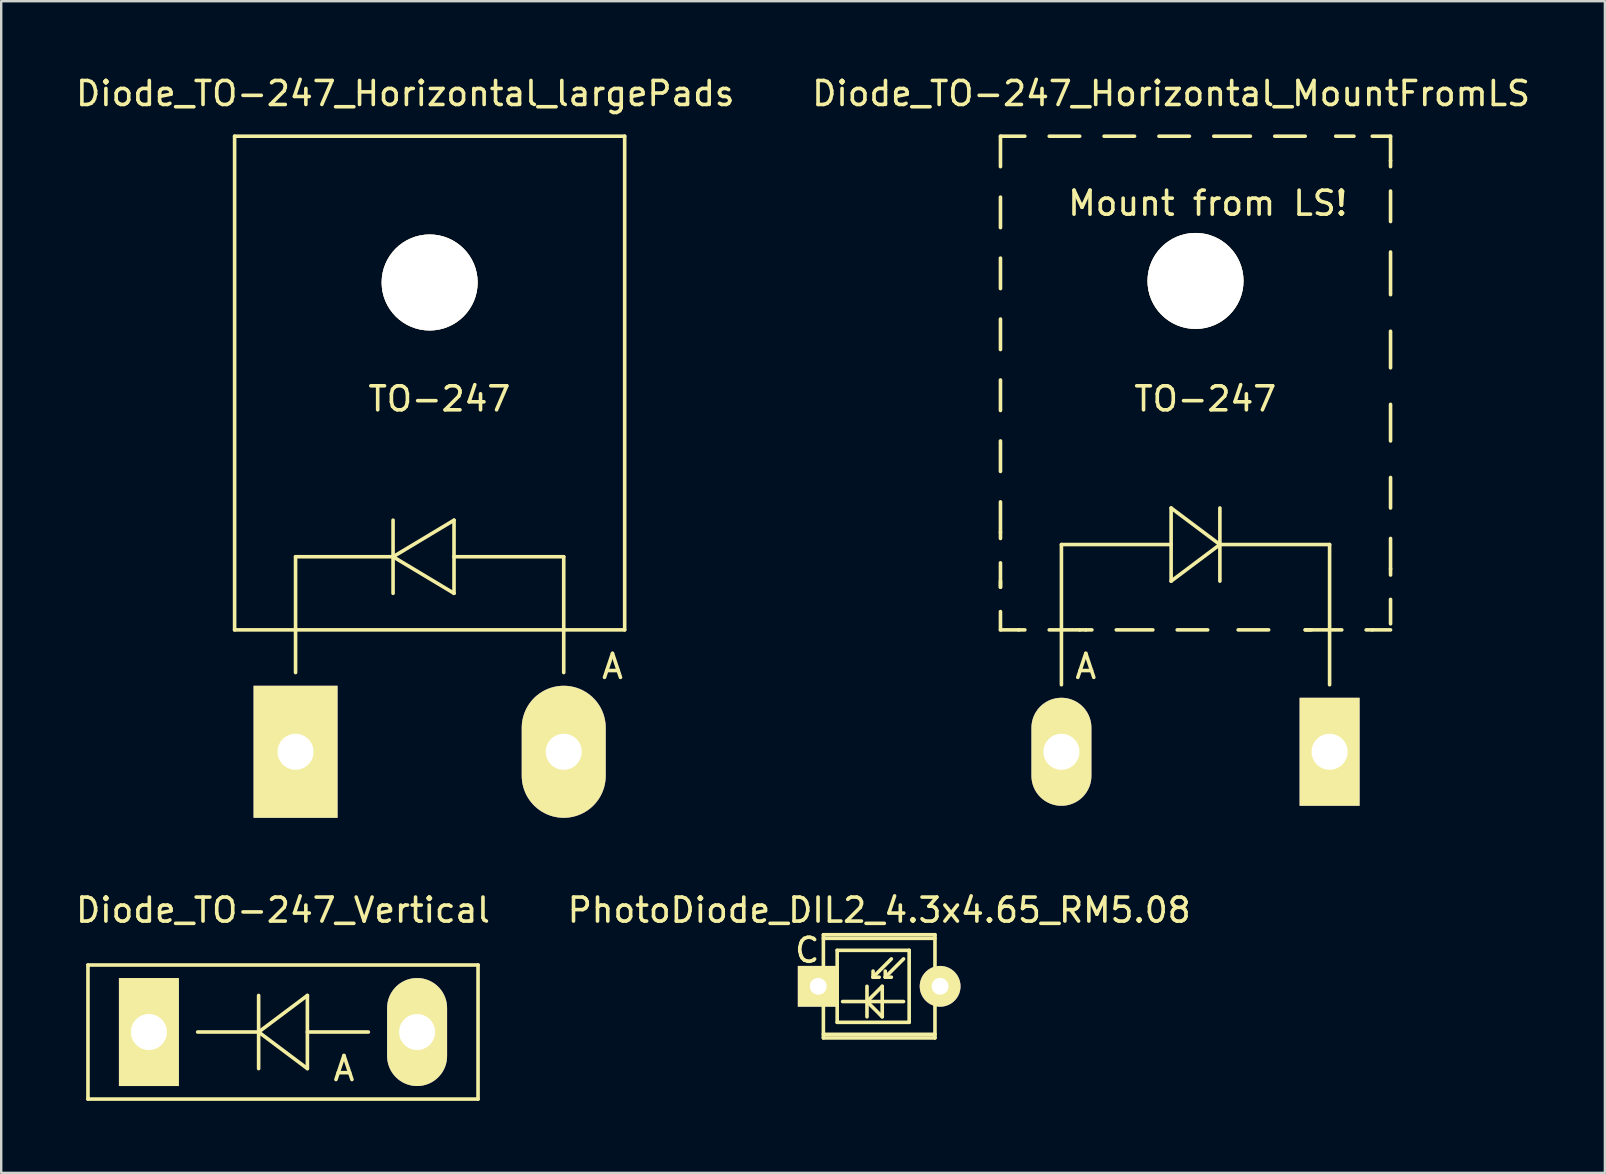
<source format=kicad_pcb>
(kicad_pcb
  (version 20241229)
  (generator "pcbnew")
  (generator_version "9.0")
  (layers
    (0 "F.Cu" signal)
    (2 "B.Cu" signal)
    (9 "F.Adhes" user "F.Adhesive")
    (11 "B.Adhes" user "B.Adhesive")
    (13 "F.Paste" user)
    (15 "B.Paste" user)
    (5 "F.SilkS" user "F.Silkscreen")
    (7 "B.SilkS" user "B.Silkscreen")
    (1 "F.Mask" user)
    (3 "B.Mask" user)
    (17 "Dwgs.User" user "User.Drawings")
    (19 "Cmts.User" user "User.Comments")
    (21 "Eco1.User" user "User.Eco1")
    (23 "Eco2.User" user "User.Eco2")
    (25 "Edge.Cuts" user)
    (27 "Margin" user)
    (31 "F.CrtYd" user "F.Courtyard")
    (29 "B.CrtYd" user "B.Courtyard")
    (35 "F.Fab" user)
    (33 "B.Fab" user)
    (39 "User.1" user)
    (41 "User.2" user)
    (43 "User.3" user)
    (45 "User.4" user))
  (footprint "PhotoDiode_DIL2_4.3x4.65_RM5.08"
    (layer "F.Cu")
    (at 33.589 38.054)
    (property "Reference" "PhotoDiode_DIL2_4.3x4.65_RM5.08" (at 0 -3.175 0) (layer "F.SilkS") (effects (font (size 1 1) (thickness 0.15))))
    (attr through_hole)
    (fp_line (start -2.525 -0.025) (end -2.325 -0.025) (stroke (width 0.15) (type solid)) (layer "F.SilkS"))
    (fp_line (start -2.325 -2.15) (end 2.325 -2.15) (stroke (width 0.15) (type solid)) (layer "F.SilkS"))
    (fp_line (start -2.325 -2) (end 2.325 -2) (stroke (width 0.15) (type solid)) (layer "F.SilkS"))
    (fp_line (start -2.325 2) (end 2.325 2) (stroke (width 0.15) (type solid)) (layer "F.SilkS"))
    (fp_line (start -2.325 2.15) (end -2.325 -2.15) (stroke (width 0.15) (type solid)) (layer "F.SilkS"))
    (fp_line (start -1.75 -1.5) (end -1.75 1.5) (stroke (width 0.15) (type solid)) (layer "F.SilkS"))
    (fp_line (start -1.75 1.5) (end 1.25 1.5) (stroke (width 0.15) (type solid)) (layer "F.SilkS"))
    (fp_line (start -1.524 0.635) (end 1.016 0.635) (stroke (width 0.15) (type solid)) (layer "F.SilkS"))
    (fp_line (start -0.508 0) (end -0.508 1.27) (stroke (width 0.15) (type solid)) (layer "F.SilkS"))
    (fp_line (start -0.508 0.635) (end 0.127 0) (stroke (width 0.15) (type solid)) (layer "F.SilkS"))
    (fp_line (start -0.254 -0.381) (end -0.254 -0.635) (stroke (width 0.15) (type solid)) (layer "F.SilkS"))
    (fp_line (start -0.254 -0.381) (end 0 -0.381) (stroke (width 0.15) (type solid)) (layer "F.SilkS"))
    (fp_line (start 0.127 0) (end 0.127 1.27) (stroke (width 0.15) (type solid)) (layer "F.SilkS"))
    (fp_line (start 0.127 1.27) (end -0.508 0.635) (stroke (width 0.15) (type solid)) (layer "F.SilkS"))
    (fp_line (start 0.254 -0.381) (end 0.254 -0.635) (stroke (width 0.15) (type solid)) (layer "F.SilkS"))
    (fp_line (start 0.254 -0.381) (end 0.508 -0.381) (stroke (width 0.15) (type solid)) (layer "F.SilkS"))
    (fp_line (start 0.508 -1.143) (end -0.254 -0.381) (stroke (width 0.15) (type solid)) (layer "F.SilkS"))
    (fp_line (start 1.016 -1.143) (end 0.254 -0.381) (stroke (width 0.15) (type solid)) (layer "F.SilkS"))
    (fp_line (start 1.25 -1.5) (end -1.75 -1.5) (stroke (width 0.15) (type solid)) (layer "F.SilkS"))
    (fp_line (start 1.25 1.5) (end 1.25 -1.5) (stroke (width 0.15) (type solid)) (layer "F.SilkS"))
    (fp_line (start 2.325 -2.15) (end 2.325 2.15) (stroke (width 0.15) (type solid)) (layer "F.SilkS"))
    (fp_line (start 2.325 0) (end 2.55 0) (stroke (width 0.15) (type solid)) (layer "F.SilkS"))
    (fp_line (start 2.325 2.15) (end -2.325 2.15) (stroke (width 0.15) (type solid)) (layer "F.SilkS"))
    (fp_text user "C" (at -3 -1.5 0) (layer "F.SilkS") (effects (font (size 1 1) (thickness 0.15))))
    (pad "1" thru_hole rect (at -2.54 0 180) (size 1.699 1.699) (drill 0.701) (layers "*.Cu" "*.Mask" "F.SilkS"))
    (pad "2" thru_hole circle (at 2.54 0 180) (size 1.699 1.699) (drill 0.701) (layers "*.Cu" "*.Mask" "F.SilkS")))
  (footprint "Diode_TO-247_Horizontal_MountFromLS"
    (layer "F.Cu")
    (at 46.772 28.28)
    (property "Reference" "Diode_TO-247_Horizontal_MountFromLS" (at -1.016 -27.432 0) (layer "F.SilkS") (effects (font (size 1 1) (thickness 0.15))))
    (attr through_hole)
    (fp_line (start -8.128 -25.654) (end -8.128 -24.384) (stroke (width 0.15) (type solid)) (layer "F.SilkS"))
    (fp_line (start -8.128 -25.654) (end -7.112 -25.654) (stroke (width 0.15) (type solid)) (layer "F.SilkS"))
    (fp_line (start -8.128 -23.114) (end -8.128 -21.844) (stroke (width 0.15) (type solid)) (layer "F.SilkS"))
    (fp_line (start -8.128 -20.574) (end -8.128 -19.304) (stroke (width 0.15) (type solid)) (layer "F.SilkS"))
    (fp_line (start -8.128 -18.034) (end -8.128 -16.764) (stroke (width 0.15) (type solid)) (layer "F.SilkS"))
    (fp_line (start -8.128 -15.494) (end -8.128 -14.224) (stroke (width 0.15) (type solid)) (layer "F.SilkS"))
    (fp_line (start -8.128 -12.954) (end -8.128 -11.684) (stroke (width 0.15) (type solid)) (layer "F.SilkS"))
    (fp_line (start -8.128 -10.414) (end -8.128 -9.144) (stroke (width 0.15) (type solid)) (layer "F.SilkS"))
    (fp_line (start -8.128 -9.144) (end -8.128 -8.89) (stroke (width 0.15) (type solid)) (layer "F.SilkS"))
    (fp_line (start -8.128 -7.874) (end -8.128 -6.858) (stroke (width 0.15) (type solid)) (layer "F.SilkS"))
    (fp_line (start -8.128 -6.858) (end -8.128 -7.112) (stroke (width 0.15) (type solid)) (layer "F.SilkS"))
    (fp_line (start -8.128 -5.842) (end -8.128 -5.08) (stroke (width 0.15) (type solid)) (layer "F.SilkS"))
    (fp_line (start -8.128 -5.08) (end -7.366 -5.08) (stroke (width 0.15) (type solid)) (layer "F.SilkS"))
    (fp_line (start -7.366 -5.08) (end -7.112 -5.08) (stroke (width 0.15) (type solid)) (layer "F.SilkS"))
    (fp_line (start -6.096 -25.654) (end -4.826 -25.654) (stroke (width 0.15) (type solid)) (layer "F.SilkS"))
    (fp_line (start -6.096 -5.08) (end -4.826 -5.08) (stroke (width 0.15) (type solid)) (layer "F.SilkS"))
    (fp_line (start -5.588 -8.636) (end -5.588 -5.08) (stroke (width 0.15) (type solid)) (layer "F.SilkS"))
    (fp_line (start -5.588 -2.794) (end -5.588 -5.08) (stroke (width 0.15) (type solid)) (layer "F.SilkS"))
    (fp_line (start -4.826 -5.08) (end -4.572 -5.08) (stroke (width 0.15) (type solid)) (layer "F.SilkS"))
    (fp_line (start -4.572 -5.08) (end -4.318 -5.08) (stroke (width 0.15) (type solid)) (layer "F.SilkS"))
    (fp_line (start -3.81 -25.654) (end -2.54 -25.654) (stroke (width 0.15) (type solid)) (layer "F.SilkS"))
    (fp_line (start -3.302 -5.08) (end -1.778 -5.08) (stroke (width 0.15) (type solid)) (layer "F.SilkS"))
    (fp_line (start -1.524 -25.654) (end -0.254 -25.654) (stroke (width 0.15) (type solid)) (layer "F.SilkS"))
    (fp_line (start -1.016 -10.16) (end -1.016 -7.112) (stroke (width 0.15) (type solid)) (layer "F.SilkS"))
    (fp_line (start -1.016 -8.636) (end -5.588 -8.636) (stroke (width 0.15) (type solid)) (layer "F.SilkS"))
    (fp_line (start -1.016 -7.112) (end 1.016 -8.636) (stroke (width 0.15) (type solid)) (layer "F.SilkS"))
    (fp_line (start -0.762 -5.08) (end 0.508 -5.08) (stroke (width 0.15) (type solid)) (layer "F.SilkS"))
    (fp_line (start 0.762 -25.654) (end 2.286 -25.654) (stroke (width 0.15) (type solid)) (layer "F.SilkS"))
    (fp_line (start 1.016 -10.16) (end 1.016 -7.112) (stroke (width 0.15) (type solid)) (layer "F.SilkS"))
    (fp_line (start 1.016 -8.636) (end -1.016 -10.16) (stroke (width 0.15) (type solid)) (layer "F.SilkS"))
    (fp_line (start 1.016 -8.636) (end 5.588 -8.636) (stroke (width 0.15) (type solid)) (layer "F.SilkS"))
    (fp_line (start 1.778 -5.08) (end 3.048 -5.08) (stroke (width 0.15) (type solid)) (layer "F.SilkS"))
    (fp_line (start 3.302 -25.654) (end 4.572 -25.654) (stroke (width 0.15) (type solid)) (layer "F.SilkS"))
    (fp_line (start 4.572 -5.08) (end 4.826 -5.08) (stroke (width 0.15) (type solid)) (layer "F.SilkS"))
    (fp_line (start 5.588 -8.636) (end 5.588 -5.08) (stroke (width 0.15) (type solid)) (layer "F.SilkS"))
    (fp_line (start 5.588 -2.794) (end 5.588 -5.08) (stroke (width 0.15) (type solid)) (layer "F.SilkS"))
    (fp_line (start 5.842 -25.654) (end 6.604 -25.654) (stroke (width 0.15) (type solid)) (layer "F.SilkS"))
    (fp_line (start 6.096 -5.08) (end 4.572 -5.08) (stroke (width 0.15) (type solid)) (layer "F.SilkS"))
    (fp_line (start 7.366 -25.654) (end 8.128 -25.654) (stroke (width 0.15) (type solid)) (layer "F.SilkS"))
    (fp_line (start 7.366 -5.08) (end 7.112 -5.08) (stroke (width 0.15) (type solid)) (layer "F.SilkS"))
    (fp_line (start 8.128 -25.654) (end 8.128 -24.638) (stroke (width 0.15) (type solid)) (layer "F.SilkS"))
    (fp_line (start 8.128 -24.638) (end 8.128 -24.384) (stroke (width 0.15) (type solid)) (layer "F.SilkS"))
    (fp_line (start 8.128 -23.368) (end 8.128 -22.098) (stroke (width 0.15) (type solid)) (layer "F.SilkS"))
    (fp_line (start 8.128 -20.828) (end 8.128 -19.05) (stroke (width 0.15) (type solid)) (layer "F.SilkS"))
    (fp_line (start 8.128 -17.526) (end 8.128 -16.002) (stroke (width 0.15) (type solid)) (layer "F.SilkS"))
    (fp_line (start 8.128 -14.478) (end 8.128 -12.954) (stroke (width 0.15) (type solid)) (layer "F.SilkS"))
    (fp_line (start 8.128 -11.43) (end 8.128 -10.16) (stroke (width 0.15) (type solid)) (layer "F.SilkS"))
    (fp_line (start 8.128 -8.89) (end 8.128 -7.62) (stroke (width 0.15) (type solid)) (layer "F.SilkS"))
    (fp_line (start 8.128 -7.62) (end 8.128 -7.366) (stroke (width 0.15) (type solid)) (layer "F.SilkS"))
    (fp_line (start 8.128 -6.35) (end 8.128 -5.334) (stroke (width 0.15) (type solid)) (layer "F.SilkS"))
    (fp_line (start 8.128 -5.08) (end 7.366 -5.08) (stroke (width 0.15) (type solid)) (layer "F.SilkS"))
    (fp_circle (center 0 -19.558) (end 1.778 -19.558) (stroke (width 0.15) (type solid)) (fill no) (layer "F.SilkS"))
    (fp_text user "TO-247" (at 0.406 -14.707 0) (layer "F.SilkS") (effects (font (size 1 1) (thickness 0.15))))
    (fp_text user "A" (at -4.572 -3.556 0) (layer "F.SilkS") (effects (font (size 1 1) (thickness 0.15))))
    (fp_text user "Mount from LS!" (at 0.508 -22.86 0) (layer "F.SilkS") (effects (font (size 1 1) (thickness 0.15))))
    (pad "1" thru_hole oval (at -5.588 0 90) (size 4.501 2.499) (drill 1.501) (layers "*.Cu" "*.Mask" "F.SilkS"))
    (pad "2" thru_hole rect (at 5.588 0 90) (size 4.501 2.499) (drill 1.501) (layers "*.Cu" "*.Mask" "F.SilkS"))
    (pad "9" thru_hole circle (at 0 -19.622) (size 4 4) (drill 4) (layers "B.Cu" "F.SilkS")))
  (footprint "Diode_TO-247_Horizontal_largePads"
    (layer "F.Cu")
    (at 14.855 28.28)
    (property "Reference" "Diode_TO-247_Horizontal_largePads" (at -1.016 -27.432 0) (layer "F.SilkS") (effects (font (size 1 1) (thickness 0.15))))
    (attr through_hole)
    (fp_line (start -8.128 -25.654) (end 8.128 -25.654) (stroke (width 0.15) (type solid)) (layer "F.SilkS"))
    (fp_line (start -8.128 -5.08) (end -8.128 -25.654) (stroke (width 0.15) (type solid)) (layer "F.SilkS"))
    (fp_line (start -5.588 -8.128) (end -5.588 -5.08) (stroke (width 0.15) (type solid)) (layer "F.SilkS"))
    (fp_line (start -5.588 -3.302) (end -5.588 -5.08) (stroke (width 0.15) (type solid)) (layer "F.SilkS"))
    (fp_line (start -1.524 -9.652) (end -1.524 -6.604) (stroke (width 0.15) (type solid)) (layer "F.SilkS"))
    (fp_line (start -1.524 -8.128) (end -5.588 -8.128) (stroke (width 0.15) (type solid)) (layer "F.SilkS"))
    (fp_line (start -1.524 -8.128) (end 1.016 -9.652) (stroke (width 0.15) (type solid)) (layer "F.SilkS"))
    (fp_line (start 1.016 -9.652) (end 1.016 -6.604) (stroke (width 0.15) (type solid)) (layer "F.SilkS"))
    (fp_line (start 1.016 -8.128) (end 5.588 -8.128) (stroke (width 0.15) (type solid)) (layer "F.SilkS"))
    (fp_line (start 1.016 -6.604) (end -1.524 -8.128) (stroke (width 0.15) (type solid)) (layer "F.SilkS"))
    (fp_line (start 5.588 -8.128) (end 5.588 -5.08) (stroke (width 0.15) (type solid)) (layer "F.SilkS"))
    (fp_line (start 5.588 -3.302) (end 5.588 -5.08) (stroke (width 0.15) (type solid)) (layer "F.SilkS"))
    (fp_line (start 8.128 -25.654) (end 8.128 -5.08) (stroke (width 0.15) (type solid)) (layer "F.SilkS"))
    (fp_line (start 8.128 -5.08) (end -8.128 -5.08) (stroke (width 0.15) (type solid)) (layer "F.SilkS"))
    (fp_circle (center 0 -19.558) (end 1.778 -19.558) (stroke (width 0.15) (type solid)) (fill no) (layer "F.SilkS"))
    (fp_text user "TO-247" (at 0.406 -14.707 0) (layer "F.SilkS") (effects (font (size 1 1) (thickness 0.15))))
    (fp_text user "A" (at 7.62 -3.556 0) (layer "F.SilkS") (effects (font (size 1 1) (thickness 0.15))))
    (pad "1" thru_hole oval (at 5.588 0 90) (size 5.502 3.5) (drill 1.501) (layers "*.Cu" "*.Mask" "F.SilkS"))
    (pad "2" thru_hole rect (at -5.588 0 90) (size 5.502 3.5) (drill 1.501) (layers "*.Cu" "*.Mask" "F.SilkS"))
    (pad "9" thru_hole circle (at 0 -19.558) (size 4 4) (drill 4) (layers "B.Cu" "F.SilkS")))
  (footprint "Diode_TO-247_Vertical"
    (layer "F.Cu")
    (at 8.744 39.959)
    (property "Reference" "Diode_TO-247_Vertical" (at 0 -5.08 0) (layer "F.SilkS") (effects (font (size 1 1) (thickness 0.15))))
    (attr through_hole)
    (fp_line (start -8.128 -2.794) (end -8.128 2.794) (stroke (width 0.15) (type solid)) (layer "F.SilkS"))
    (fp_line (start -8.128 2.794) (end 8.128 2.794) (stroke (width 0.15) (type solid)) (layer "F.SilkS"))
    (fp_line (start -1.016 -1.524) (end -1.016 1.524) (stroke (width 0.15) (type solid)) (layer "F.SilkS"))
    (fp_line (start -1.016 0) (end -3.556 0) (stroke (width 0.15) (type solid)) (layer "F.SilkS"))
    (fp_line (start -1.016 0) (end 1.016 -1.524) (stroke (width 0.15) (type solid)) (layer "F.SilkS"))
    (fp_line (start 1.016 -1.524) (end 1.016 1.524) (stroke (width 0.15) (type solid)) (layer "F.SilkS"))
    (fp_line (start 1.016 0) (end 3.556 0) (stroke (width 0.15) (type solid)) (layer "F.SilkS"))
    (fp_line (start 1.016 1.524) (end -1.016 0) (stroke (width 0.15) (type solid)) (layer "F.SilkS"))
    (fp_line (start 8.128 -2.794) (end -8.128 -2.794) (stroke (width 0.15) (type solid)) (layer "F.SilkS"))
    (fp_line (start 8.128 2.794) (end 8.128 -2.794) (stroke (width 0.15) (type solid)) (layer "F.SilkS"))
    (fp_text user "A" (at 2.54 1.524 0) (layer "F.SilkS") (effects (font (size 1 1) (thickness 0.15))))
    (pad "1" thru_hole oval (at 5.588 0 90) (size 4.501 2.499) (drill 1.501) (layers "*.Cu" "*.Mask" "F.SilkS"))
    (pad "2" thru_hole rect (at -5.588 0 90) (size 4.501 2.499) (drill 1.501) (layers "*.Cu" "*.Mask" "F.SilkS")))
  (gr_rect
    (start -3 -3)
    (end 63.833 45.828)
    (stroke (width 0.1) (type default))
    (fill no)
    (layer "Edge.Cuts")))
</source>
